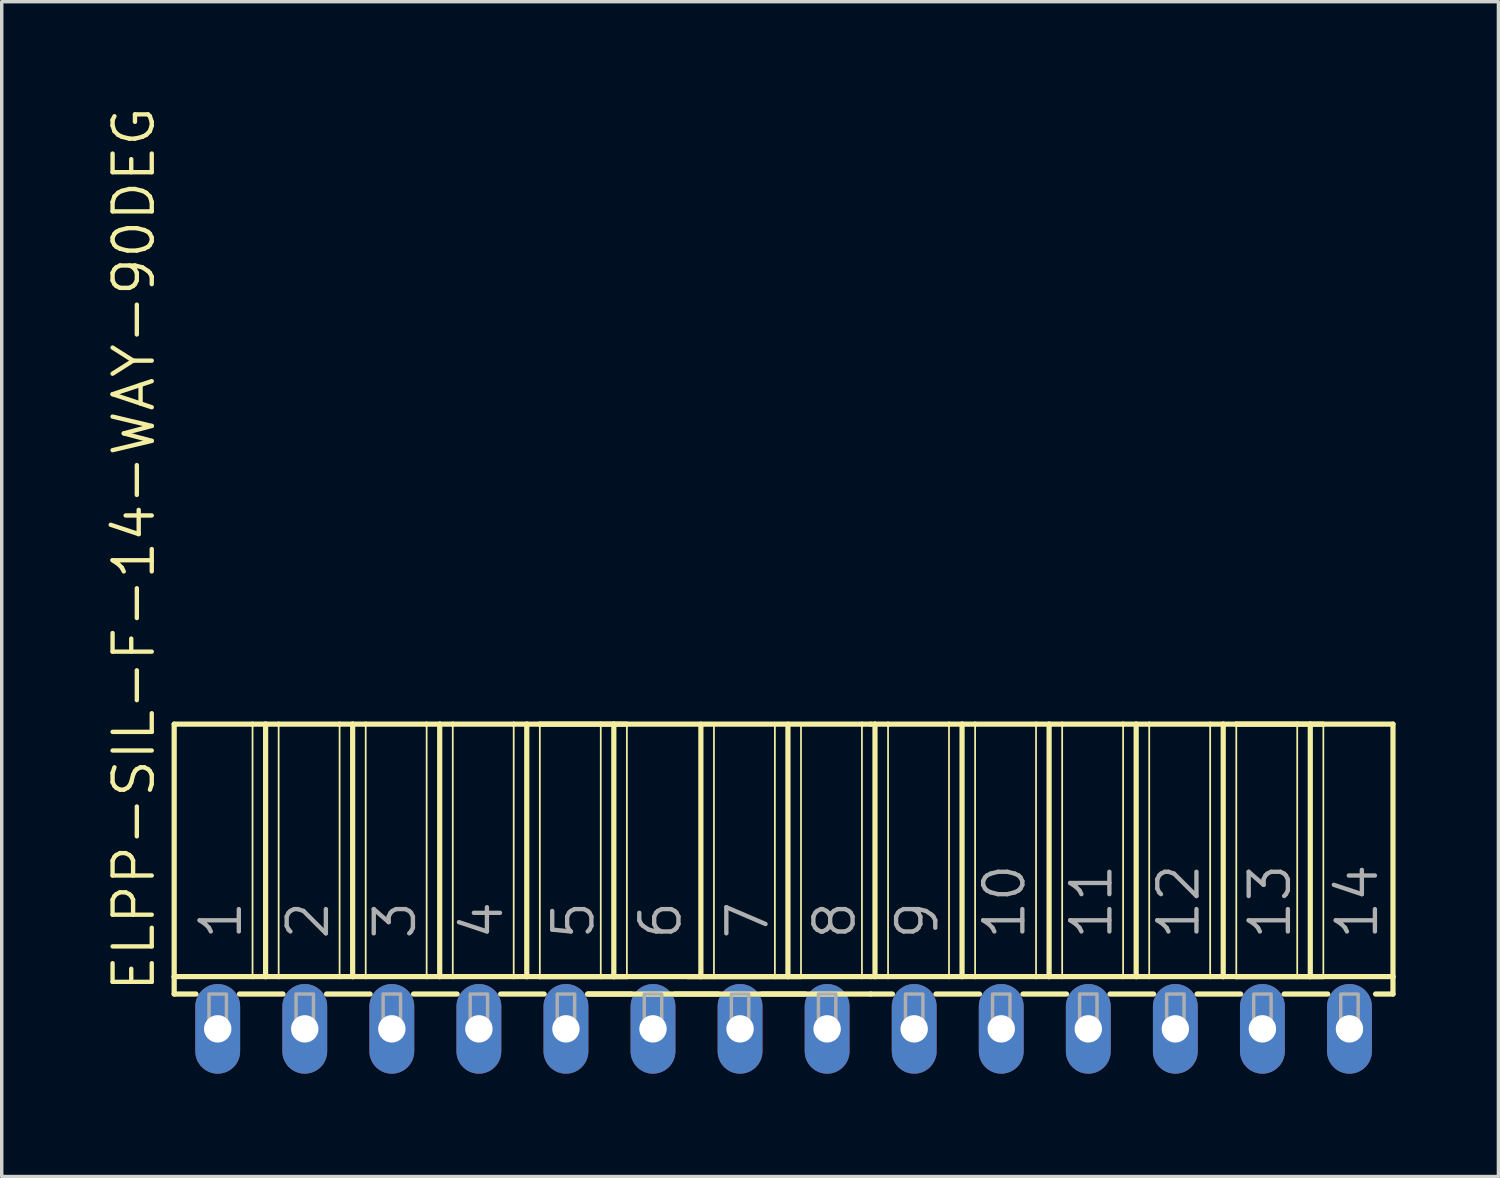
<source format=kicad_pcb>
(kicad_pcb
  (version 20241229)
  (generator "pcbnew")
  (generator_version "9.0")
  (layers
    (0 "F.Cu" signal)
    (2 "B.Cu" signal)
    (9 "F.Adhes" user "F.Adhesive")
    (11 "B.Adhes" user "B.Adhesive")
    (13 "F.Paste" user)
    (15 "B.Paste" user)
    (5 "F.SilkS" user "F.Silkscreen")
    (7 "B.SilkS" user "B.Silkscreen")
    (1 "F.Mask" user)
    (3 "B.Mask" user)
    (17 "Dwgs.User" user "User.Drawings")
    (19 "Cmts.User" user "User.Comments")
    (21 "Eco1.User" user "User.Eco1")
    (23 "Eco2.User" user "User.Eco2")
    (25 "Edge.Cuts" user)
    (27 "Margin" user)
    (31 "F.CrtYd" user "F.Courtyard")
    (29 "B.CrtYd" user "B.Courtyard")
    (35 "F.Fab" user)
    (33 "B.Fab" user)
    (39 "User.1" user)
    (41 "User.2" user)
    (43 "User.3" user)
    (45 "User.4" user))
  (footprint "ELPP-SIL-F-14-WAY-90DEG"
    (layer "F.Cu")
    (at 19.812 26.968)
    (property "Reference" "ELPP-SIL-F-14-WAY-90DEG" (at -18.288 -1.016 90) (unlocked yes) (layer "F.SilkS") (effects (font (size 1.143 1.143) (thickness 0.127)) (justify left bottom)))
    (fp_line (start -17.78 -8.89) (end -15.494 -8.89) (stroke (width 0.152) (type solid)) (layer "F.SilkS"))
    (fp_line (start -17.78 -1.524) (end -17.78 -8.89) (stroke (width 0.152) (type solid)) (layer "F.SilkS"))
    (fp_line (start -17.78 -1.524) (end -15.494 -1.524) (stroke (width 0.152) (type solid)) (layer "F.SilkS"))
    (fp_line (start -17.78 -1.016) (end -17.78 -1.524) (stroke (width 0.152) (type solid)) (layer "F.SilkS"))
    (fp_line (start -17.78 -1.016) (end -17.145 -1.016) (stroke (width 0.152) (type solid)) (layer "F.SilkS"))
    (fp_line (start -15.875 -1.016) (end -14.605 -1.016) (stroke (width 0.152) (type solid)) (layer "F.SilkS"))
    (fp_line (start -15.494 -8.89) (end -15.494 -1.524) (stroke (width 0.051) (type solid)) (layer "F.SilkS"))
    (fp_line (start -15.494 -8.89) (end -15.113 -8.89) (stroke (width 0.152) (type solid)) (layer "F.SilkS"))
    (fp_line (start -15.494 -1.524) (end -15.113 -1.524) (stroke (width 0.152) (type solid)) (layer "F.SilkS"))
    (fp_line (start -15.113 -8.89) (end -15.113 -1.524) (stroke (width 0.152) (type solid)) (layer "F.SilkS"))
    (fp_line (start -15.113 -8.89) (end -14.732 -8.89) (stroke (width 0.152) (type solid)) (layer "F.SilkS"))
    (fp_line (start -15.113 -1.524) (end -14.732 -1.524) (stroke (width 0.152) (type solid)) (layer "F.SilkS"))
    (fp_line (start -14.732 -8.89) (end -14.732 -1.524) (stroke (width 0.051) (type solid)) (layer "F.SilkS"))
    (fp_line (start -14.732 -8.89) (end -12.954 -8.89) (stroke (width 0.152) (type solid)) (layer "F.SilkS"))
    (fp_line (start -14.732 -1.524) (end -12.954 -1.524) (stroke (width 0.152) (type solid)) (layer "F.SilkS"))
    (fp_line (start -13.335 -1.016) (end -12.065 -1.016) (stroke (width 0.152) (type solid)) (layer "F.SilkS"))
    (fp_line (start -12.954 -8.89) (end -12.954 -1.524) (stroke (width 0.051) (type solid)) (layer "F.SilkS"))
    (fp_line (start -12.954 -8.89) (end -12.573 -8.89) (stroke (width 0.152) (type solid)) (layer "F.SilkS"))
    (fp_line (start -12.954 -1.524) (end -12.573 -1.524) (stroke (width 0.152) (type solid)) (layer "F.SilkS"))
    (fp_line (start -12.573 -8.89) (end -12.573 -1.524) (stroke (width 0.152) (type solid)) (layer "F.SilkS"))
    (fp_line (start -12.573 -8.89) (end -12.192 -8.89) (stroke (width 0.152) (type solid)) (layer "F.SilkS"))
    (fp_line (start -12.573 -1.524) (end -12.192 -1.524) (stroke (width 0.152) (type solid)) (layer "F.SilkS"))
    (fp_line (start -12.192 -8.89) (end -12.192 -1.524) (stroke (width 0.051) (type solid)) (layer "F.SilkS"))
    (fp_line (start -12.192 -8.89) (end -10.414 -8.89) (stroke (width 0.152) (type solid)) (layer "F.SilkS"))
    (fp_line (start -12.192 -1.524) (end -10.414 -1.524) (stroke (width 0.152) (type solid)) (layer "F.SilkS"))
    (fp_line (start -10.795 -1.016) (end -9.525 -1.016) (stroke (width 0.152) (type solid)) (layer "F.SilkS"))
    (fp_line (start -10.414 -8.89) (end -10.414 -1.524) (stroke (width 0.051) (type solid)) (layer "F.SilkS"))
    (fp_line (start -10.414 -8.89) (end -10.033 -8.89) (stroke (width 0.152) (type solid)) (layer "F.SilkS"))
    (fp_line (start -10.414 -1.524) (end -10.033 -1.524) (stroke (width 0.152) (type solid)) (layer "F.SilkS"))
    (fp_line (start -10.033 -8.89) (end -10.033 -1.524) (stroke (width 0.152) (type solid)) (layer "F.SilkS"))
    (fp_line (start -10.033 -8.89) (end -9.652 -8.89) (stroke (width 0.152) (type solid)) (layer "F.SilkS"))
    (fp_line (start -10.033 -1.524) (end -9.652 -1.524) (stroke (width 0.152) (type solid)) (layer "F.SilkS"))
    (fp_line (start -9.652 -8.89) (end -9.652 -1.524) (stroke (width 0.051) (type solid)) (layer "F.SilkS"))
    (fp_line (start -9.652 -8.89) (end -7.874 -8.89) (stroke (width 0.152) (type solid)) (layer "F.SilkS"))
    (fp_line (start -9.652 -1.524) (end -7.874 -1.524) (stroke (width 0.152) (type solid)) (layer "F.SilkS"))
    (fp_line (start -8.255 -1.016) (end -6.985 -1.016) (stroke (width 0.152) (type solid)) (layer "F.SilkS"))
    (fp_line (start -7.874 -8.89) (end -7.874 -1.524) (stroke (width 0.051) (type solid)) (layer "F.SilkS"))
    (fp_line (start -7.874 -8.89) (end -7.493 -8.89) (stroke (width 0.152) (type solid)) (layer "F.SilkS"))
    (fp_line (start -7.874 -1.524) (end -7.493 -1.524) (stroke (width 0.152) (type solid)) (layer "F.SilkS"))
    (fp_line (start -7.493 -8.89) (end -7.493 -1.524) (stroke (width 0.152) (type solid)) (layer "F.SilkS"))
    (fp_line (start -7.493 -8.89) (end -7.112 -8.89) (stroke (width 0.152) (type solid)) (layer "F.SilkS"))
    (fp_line (start -7.493 -1.524) (end -7.112 -1.524) (stroke (width 0.152) (type solid)) (layer "F.SilkS"))
    (fp_line (start -7.112 -8.89) (end -7.112 -1.524) (stroke (width 0.051) (type solid)) (layer "F.SilkS"))
    (fp_line (start -7.112 -8.89) (end -5.334 -8.89) (stroke (width 0.152) (type solid)) (layer "F.SilkS"))
    (fp_line (start -7.112 -8.89) (end 2.286 -8.89) (stroke (width 0.152) (type solid)) (layer "F.SilkS"))
    (fp_line (start -7.112 -1.524) (end -5.334 -1.524) (stroke (width 0.152) (type solid)) (layer "F.SilkS"))
    (fp_line (start -7.112 -1.524) (end 2.286 -1.524) (stroke (width 0.152) (type solid)) (layer "F.SilkS"))
    (fp_line (start -5.715 -1.016) (end -4.445 -1.016) (stroke (width 0.152) (type solid)) (layer "F.SilkS"))
    (fp_line (start -5.715 -1.016) (end 2.54 -1.016) (stroke (width 0.152) (type solid)) (layer "F.SilkS"))
    (fp_line (start -5.334 -8.89) (end -5.334 -1.524) (stroke (width 0.051) (type solid)) (layer "F.SilkS"))
    (fp_line (start -5.334 -8.89) (end -4.953 -8.89) (stroke (width 0.152) (type solid)) (layer "F.SilkS"))
    (fp_line (start -5.334 -1.524) (end -4.953 -1.524) (stroke (width 0.152) (type solid)) (layer "F.SilkS"))
    (fp_line (start -4.953 -8.89) (end -4.953 -1.524) (stroke (width 0.152) (type solid)) (layer "F.SilkS"))
    (fp_line (start -4.953 -8.89) (end -4.572 -8.89) (stroke (width 0.152) (type solid)) (layer "F.SilkS"))
    (fp_line (start -4.953 -1.524) (end -4.572 -1.524) (stroke (width 0.152) (type solid)) (layer "F.SilkS"))
    (fp_line (start -4.572 -8.89) (end -4.572 -1.524) (stroke (width 0.051) (type solid)) (layer "F.SilkS"))
    (fp_line (start -3.175 -1.016) (end -1.905 -1.016) (stroke (width 0.152) (type solid)) (layer "F.SilkS"))
    (fp_line (start -2.794 -1.524) (end -2.413 -1.524) (stroke (width 0.152) (type solid)) (layer "F.SilkS"))
    (fp_line (start -2.413 -8.89) (end -2.413 -1.524) (stroke (width 0.152) (type solid)) (layer "F.SilkS"))
    (fp_line (start -2.413 -1.524) (end -2.032 -1.524) (stroke (width 0.152) (type solid)) (layer "F.SilkS"))
    (fp_line (start -2.032 -8.89) (end -2.032 -1.524) (stroke (width 0.051) (type solid)) (layer "F.SilkS"))
    (fp_line (start -2.032 -1.524) (end -0.254 -1.524) (stroke (width 0.152) (type solid)) (layer "F.SilkS"))
    (fp_line (start -0.635 -1.016) (end 0.635 -1.016) (stroke (width 0.152) (type solid)) (layer "F.SilkS"))
    (fp_line (start -0.254 -8.89) (end -0.254 -1.524) (stroke (width 0.051) (type solid)) (layer "F.SilkS"))
    (fp_line (start -0.254 -1.524) (end 0.127 -1.524) (stroke (width 0.152) (type solid)) (layer "F.SilkS"))
    (fp_line (start 0.127 -8.89) (end 0.127 -1.524) (stroke (width 0.152) (type solid)) (layer "F.SilkS"))
    (fp_line (start 0.127 -1.524) (end 0.508 -1.524) (stroke (width 0.152) (type solid)) (layer "F.SilkS"))
    (fp_line (start 0.508 -8.89) (end 0.508 -1.524) (stroke (width 0.051) (type solid)) (layer "F.SilkS"))
    (fp_line (start 2.286 -8.89) (end 2.286 -1.524) (stroke (width 0.051) (type solid)) (layer "F.SilkS"))
    (fp_line (start 2.286 -8.89) (end 2.54 -8.89) (stroke (width 0.152) (type solid)) (layer "F.SilkS"))
    (fp_line (start 2.286 -1.524) (end 2.54 -1.524) (stroke (width 0.152) (type solid)) (layer "F.SilkS"))
    (fp_line (start 2.54 -8.89) (end 2.667 -8.89) (stroke (width 0.152) (type solid)) (layer "F.SilkS"))
    (fp_line (start 2.54 -1.524) (end 2.667 -1.524) (stroke (width 0.152) (type solid)) (layer "F.SilkS"))
    (fp_line (start 2.54 -1.016) (end 3.175 -1.016) (stroke (width 0.152) (type solid)) (layer "F.SilkS"))
    (fp_line (start 2.667 -8.89) (end 2.667 -1.524) (stroke (width 0.152) (type solid)) (layer "F.SilkS"))
    (fp_line (start 2.667 -8.89) (end 3.048 -8.89) (stroke (width 0.152) (type solid)) (layer "F.SilkS"))
    (fp_line (start 2.667 -1.524) (end 3.048 -1.524) (stroke (width 0.152) (type solid)) (layer "F.SilkS"))
    (fp_line (start 3.048 -8.89) (end 3.048 -1.524) (stroke (width 0.051) (type solid)) (layer "F.SilkS"))
    (fp_line (start 3.048 -8.89) (end 4.826 -8.89) (stroke (width 0.152) (type solid)) (layer "F.SilkS"))
    (fp_line (start 3.048 -1.524) (end 4.826 -1.524) (stroke (width 0.152) (type solid)) (layer "F.SilkS"))
    (fp_line (start 4.445 -1.016) (end 5.715 -1.016) (stroke (width 0.152) (type solid)) (layer "F.SilkS"))
    (fp_line (start 4.826 -8.89) (end 4.826 -1.524) (stroke (width 0.051) (type solid)) (layer "F.SilkS"))
    (fp_line (start 4.826 -8.89) (end 5.207 -8.89) (stroke (width 0.152) (type solid)) (layer "F.SilkS"))
    (fp_line (start 4.826 -1.524) (end 5.207 -1.524) (stroke (width 0.152) (type solid)) (layer "F.SilkS"))
    (fp_line (start 5.207 -8.89) (end 5.207 -1.524) (stroke (width 0.152) (type solid)) (layer "F.SilkS"))
    (fp_line (start 5.207 -8.89) (end 5.588 -8.89) (stroke (width 0.152) (type solid)) (layer "F.SilkS"))
    (fp_line (start 5.207 -1.524) (end 5.588 -1.524) (stroke (width 0.152) (type solid)) (layer "F.SilkS"))
    (fp_line (start 5.588 -8.89) (end 5.588 -1.524) (stroke (width 0.051) (type solid)) (layer "F.SilkS"))
    (fp_line (start 5.588 -8.89) (end 7.366 -8.89) (stroke (width 0.152) (type solid)) (layer "F.SilkS"))
    (fp_line (start 5.588 -1.524) (end 7.366 -1.524) (stroke (width 0.152) (type solid)) (layer "F.SilkS"))
    (fp_line (start 6.985 -1.016) (end 8.255 -1.016) (stroke (width 0.152) (type solid)) (layer "F.SilkS"))
    (fp_line (start 7.366 -8.89) (end 7.366 -1.524) (stroke (width 0.051) (type solid)) (layer "F.SilkS"))
    (fp_line (start 7.366 -8.89) (end 7.747 -8.89) (stroke (width 0.152) (type solid)) (layer "F.SilkS"))
    (fp_line (start 7.366 -1.524) (end 7.747 -1.524) (stroke (width 0.152) (type solid)) (layer "F.SilkS"))
    (fp_line (start 7.747 -8.89) (end 7.747 -1.524) (stroke (width 0.152) (type solid)) (layer "F.SilkS"))
    (fp_line (start 7.747 -8.89) (end 8.128 -8.89) (stroke (width 0.152) (type solid)) (layer "F.SilkS"))
    (fp_line (start 7.747 -1.524) (end 8.128 -1.524) (stroke (width 0.152) (type solid)) (layer "F.SilkS"))
    (fp_line (start 8.128 -8.89) (end 8.128 -1.524) (stroke (width 0.051) (type solid)) (layer "F.SilkS"))
    (fp_line (start 8.128 -8.89) (end 9.906 -8.89) (stroke (width 0.152) (type solid)) (layer "F.SilkS"))
    (fp_line (start 8.128 -1.524) (end 9.906 -1.524) (stroke (width 0.152) (type solid)) (layer "F.SilkS"))
    (fp_line (start 9.525 -1.016) (end 10.795 -1.016) (stroke (width 0.152) (type solid)) (layer "F.SilkS"))
    (fp_line (start 9.906 -8.89) (end 9.906 -1.524) (stroke (width 0.051) (type solid)) (layer "F.SilkS"))
    (fp_line (start 9.906 -8.89) (end 10.287 -8.89) (stroke (width 0.152) (type solid)) (layer "F.SilkS"))
    (fp_line (start 9.906 -1.524) (end 10.287 -1.524) (stroke (width 0.152) (type solid)) (layer "F.SilkS"))
    (fp_line (start 10.287 -8.89) (end 10.287 -1.524) (stroke (width 0.152) (type solid)) (layer "F.SilkS"))
    (fp_line (start 10.287 -8.89) (end 10.668 -8.89) (stroke (width 0.152) (type solid)) (layer "F.SilkS"))
    (fp_line (start 10.287 -1.524) (end 10.668 -1.524) (stroke (width 0.152) (type solid)) (layer "F.SilkS"))
    (fp_line (start 10.668 -8.89) (end 10.668 -1.524) (stroke (width 0.051) (type solid)) (layer "F.SilkS"))
    (fp_line (start 10.668 -8.89) (end 12.446 -8.89) (stroke (width 0.152) (type solid)) (layer "F.SilkS"))
    (fp_line (start 10.668 -1.524) (end 12.446 -1.524) (stroke (width 0.152) (type solid)) (layer "F.SilkS"))
    (fp_line (start 12.065 -1.016) (end 13.335 -1.016) (stroke (width 0.152) (type solid)) (layer "F.SilkS"))
    (fp_line (start 12.446 -8.89) (end 12.446 -1.524) (stroke (width 0.051) (type solid)) (layer "F.SilkS"))
    (fp_line (start 12.446 -8.89) (end 12.827 -8.89) (stroke (width 0.152) (type solid)) (layer "F.SilkS"))
    (fp_line (start 12.446 -1.524) (end 12.827 -1.524) (stroke (width 0.152) (type solid)) (layer "F.SilkS"))
    (fp_line (start 12.827 -8.89) (end 12.827 -1.524) (stroke (width 0.152) (type solid)) (layer "F.SilkS"))
    (fp_line (start 12.827 -8.89) (end 13.208 -8.89) (stroke (width 0.152) (type solid)) (layer "F.SilkS"))
    (fp_line (start 12.827 -1.524) (end 13.208 -1.524) (stroke (width 0.152) (type solid)) (layer "F.SilkS"))
    (fp_line (start 13.208 -8.89) (end 13.208 -1.524) (stroke (width 0.051) (type solid)) (layer "F.SilkS"))
    (fp_line (start 13.208 -8.89) (end 14.986 -8.89) (stroke (width 0.152) (type solid)) (layer "F.SilkS"))
    (fp_line (start 13.208 -8.89) (end 17.78 -8.89) (stroke (width 0.152) (type solid)) (layer "F.SilkS"))
    (fp_line (start 13.208 -1.524) (end 14.986 -1.524) (stroke (width 0.152) (type solid)) (layer "F.SilkS"))
    (fp_line (start 13.208 -1.524) (end 17.78 -1.524) (stroke (width 0.152) (type solid)) (layer "F.SilkS"))
    (fp_line (start 14.605 -1.016) (end 15.875 -1.016) (stroke (width 0.152) (type solid)) (layer "F.SilkS"))
    (fp_line (start 14.986 -8.89) (end 14.986 -1.524) (stroke (width 0.051) (type solid)) (layer "F.SilkS"))
    (fp_line (start 14.986 -8.89) (end 15.367 -8.89) (stroke (width 0.152) (type solid)) (layer "F.SilkS"))
    (fp_line (start 14.986 -1.524) (end 15.367 -1.524) (stroke (width 0.152) (type solid)) (layer "F.SilkS"))
    (fp_line (start 15.367 -8.89) (end 15.367 -1.524) (stroke (width 0.152) (type solid)) (layer "F.SilkS"))
    (fp_line (start 15.367 -8.89) (end 15.748 -8.89) (stroke (width 0.152) (type solid)) (layer "F.SilkS"))
    (fp_line (start 15.367 -1.524) (end 15.748 -1.524) (stroke (width 0.152) (type solid)) (layer "F.SilkS"))
    (fp_line (start 15.748 -8.89) (end 15.748 -1.524) (stroke (width 0.051) (type solid)) (layer "F.SilkS"))
    (fp_line (start 17.272 -1.016) (end 17.78 -1.016) (stroke (width 0.152) (type solid)) (layer "F.SilkS"))
    (fp_line (start 17.78 -8.89) (end 17.78 -1.524) (stroke (width 0.152) (type solid)) (layer "F.SilkS"))
    (fp_line (start 17.78 -1.524) (end 17.78 -1.016) (stroke (width 0.152) (type solid)) (layer "F.SilkS"))
    (fp_poly (pts (xy -16.764 0) (xy -16.256 0) (xy -16.256 -1.016) (xy -16.764 -1.016)) (stroke (width 0.1) (type default)) (fill no) (layer "F.Fab"))
    (fp_poly (pts (xy -14.224 0) (xy -13.716 0) (xy -13.716 -1.016) (xy -14.224 -1.016)) (stroke (width 0.1) (type default)) (fill no) (layer "F.Fab"))
    (fp_poly (pts (xy -11.684 0) (xy -11.176 0) (xy -11.176 -1.016) (xy -11.684 -1.016)) (stroke (width 0.1) (type default)) (fill no) (layer "F.Fab"))
    (fp_poly (pts (xy -9.144 0) (xy -8.636 0) (xy -8.636 -1.016) (xy -9.144 -1.016)) (stroke (width 0.1) (type default)) (fill no) (layer "F.Fab"))
    (fp_poly (pts (xy -6.604 0) (xy -6.096 0) (xy -6.096 -1.016) (xy -6.604 -1.016)) (stroke (width 0.1) (type default)) (fill no) (layer "F.Fab"))
    (fp_poly (pts (xy -4.064 0) (xy -3.556 0) (xy -3.556 -1.016) (xy -4.064 -1.016)) (stroke (width 0.1) (type default)) (fill no) (layer "F.Fab"))
    (fp_poly (pts (xy -1.524 0) (xy -1.016 0) (xy -1.016 -1.016) (xy -1.524 -1.016)) (stroke (width 0.1) (type default)) (fill no) (layer "F.Fab"))
    (fp_poly (pts (xy 1.016 0) (xy 1.524 0) (xy 1.524 -1.016) (xy 1.016 -1.016)) (stroke (width 0.1) (type default)) (fill no) (layer "F.Fab"))
    (fp_poly (pts (xy 3.556 0) (xy 4.064 0) (xy 4.064 -1.016) (xy 3.556 -1.016)) (stroke (width 0.1) (type default)) (fill no) (layer "F.Fab"))
    (fp_poly (pts (xy 6.096 0) (xy 6.604 0) (xy 6.604 -1.016) (xy 6.096 -1.016)) (stroke (width 0.1) (type default)) (fill no) (layer "F.Fab"))
    (fp_poly (pts (xy 8.636 0) (xy 9.144 0) (xy 9.144 -1.016) (xy 8.636 -1.016)) (stroke (width 0.1) (type default)) (fill no) (layer "F.Fab"))
    (fp_poly (pts (xy 11.176 0) (xy 11.684 0) (xy 11.684 -1.016) (xy 11.176 -1.016)) (stroke (width 0.1) (type default)) (fill no) (layer "F.Fab"))
    (fp_poly (pts (xy 13.716 0) (xy 14.224 0) (xy 14.224 -1.016) (xy 13.716 -1.016)) (stroke (width 0.1) (type default)) (fill no) (layer "F.Fab"))
    (fp_poly (pts (xy 16.256 0) (xy 16.764 0) (xy 16.764 -1.016) (xy 16.256 -1.016)) (stroke (width 0.1) (type default)) (fill no) (layer "F.Fab"))
    (fp_text user "5" (at -5.461 -2.54 90) (layer "F.Fab") (effects (font (size 1.143 1.143) (thickness 0.127)) (justify left bottom)))
    (fp_text user "7" (at -0.381 -2.54 90) (layer "F.Fab") (effects (font (size 1.143 1.143) (thickness 0.127)) (justify left bottom)))
    (fp_text user "1" (at -15.748 -2.54 90) (layer "F.Fab") (effects (font (size 1.143 1.143) (thickness 0.127)) (justify left bottom)))
    (fp_text user "14" (at 17.399 -2.54 90) (layer "F.Fab") (effects (font (size 1.143 1.143) (thickness 0.127)) (justify left bottom)))
    (fp_text user "11" (at 9.652 -2.54 90) (layer "F.Fab") (effects (font (size 1.143 1.143) (thickness 0.127)) (justify left bottom)))
    (fp_text user "4" (at -8.128 -2.54 90) (layer "F.Fab") (effects (font (size 1.143 1.143) (thickness 0.127)) (justify left bottom)))
    (fp_text user "12" (at 12.192 -2.54 90) (layer "F.Fab") (effects (font (size 1.143 1.143) (thickness 0.127)) (justify left bottom)))
    (fp_text user "3" (at -10.668 -2.54 90) (layer "F.Fab") (effects (font (size 1.143 1.143) (thickness 0.127)) (justify left bottom)))
    (fp_text user "10" (at 7.112 -2.54 90) (layer "F.Fab") (effects (font (size 1.143 1.143) (thickness 0.127)) (justify left bottom)))
    (fp_text user "2" (at -13.208 -2.54 90) (layer "F.Fab") (effects (font (size 1.143 1.143) (thickness 0.127)) (justify left bottom)))
    (fp_text user "13" (at 14.859 -2.54 90) (layer "F.Fab") (effects (font (size 1.143 1.143) (thickness 0.127)) (justify left bottom)))
    (fp_text user "9" (at 4.572 -2.54 90) (layer "F.Fab") (effects (font (size 1.143 1.143) (thickness 0.127)) (justify left bottom)))
    (fp_text user "6" (at -2.921 -2.54 90) (layer "F.Fab") (effects (font (size 1.143 1.143) (thickness 0.127)) (justify left bottom)))
    (fp_text user "8" (at 2.159 -2.54 90) (layer "F.Fab") (effects (font (size 1.143 1.143) (thickness 0.127)) (justify left bottom)))
    (pad "1" thru_hole oval (at -16.51 0 90) (size 2.616 1.308) (drill 0.8) (layers "*.Cu" "*.Mask"))
    (pad "2" thru_hole oval (at -13.97 0 90) (size 2.616 1.308) (drill 0.8) (layers "*.Cu" "*.Mask"))
    (pad "3" thru_hole oval (at -11.43 0 90) (size 2.616 1.308) (drill 0.8) (layers "*.Cu" "*.Mask"))
    (pad "4" thru_hole oval (at -8.89 0 90) (size 2.616 1.308) (drill 0.8) (layers "*.Cu" "*.Mask"))
    (pad "5" thru_hole oval (at -6.35 0 90) (size 2.616 1.308) (drill 0.8) (layers "*.Cu" "*.Mask"))
    (pad "6" thru_hole oval (at -3.81 0 90) (size 2.616 1.308) (drill 0.8) (layers "*.Cu" "*.Mask"))
    (pad "7" thru_hole oval (at -1.27 0 90) (size 2.616 1.308) (drill 0.8) (layers "*.Cu" "*.Mask"))
    (pad "8" thru_hole oval (at 1.27 0 90) (size 2.616 1.308) (drill 0.8) (layers "*.Cu" "*.Mask"))
    (pad "9" thru_hole oval (at 3.81 0 90) (size 2.616 1.308) (drill 0.8) (layers "*.Cu" "*.Mask"))
    (pad "10" thru_hole oval (at 6.35 0 90) (size 2.616 1.308) (drill 0.8) (layers "*.Cu" "*.Mask"))
    (pad "11" thru_hole oval (at 8.89 0 90) (size 2.616 1.308) (drill 0.8) (layers "*.Cu" "*.Mask"))
    (pad "12" thru_hole oval (at 11.43 0 90) (size 2.616 1.308) (drill 0.8) (layers "*.Cu" "*.Mask"))
    (pad "13" thru_hole oval (at 13.97 0 90) (size 2.616 1.308) (drill 0.8) (layers "*.Cu" "*.Mask"))
    (pad "14" thru_hole oval (at 16.51 0 90) (size 2.616 1.308) (drill 0.8) (layers "*.Cu" "*.Mask")))
  (gr_rect
    (start -3 -3)
    (end 40.668 31.276)
    (stroke (width 0.1) (type default))
    (fill no)
    (layer "Edge.Cuts")))
</source>
